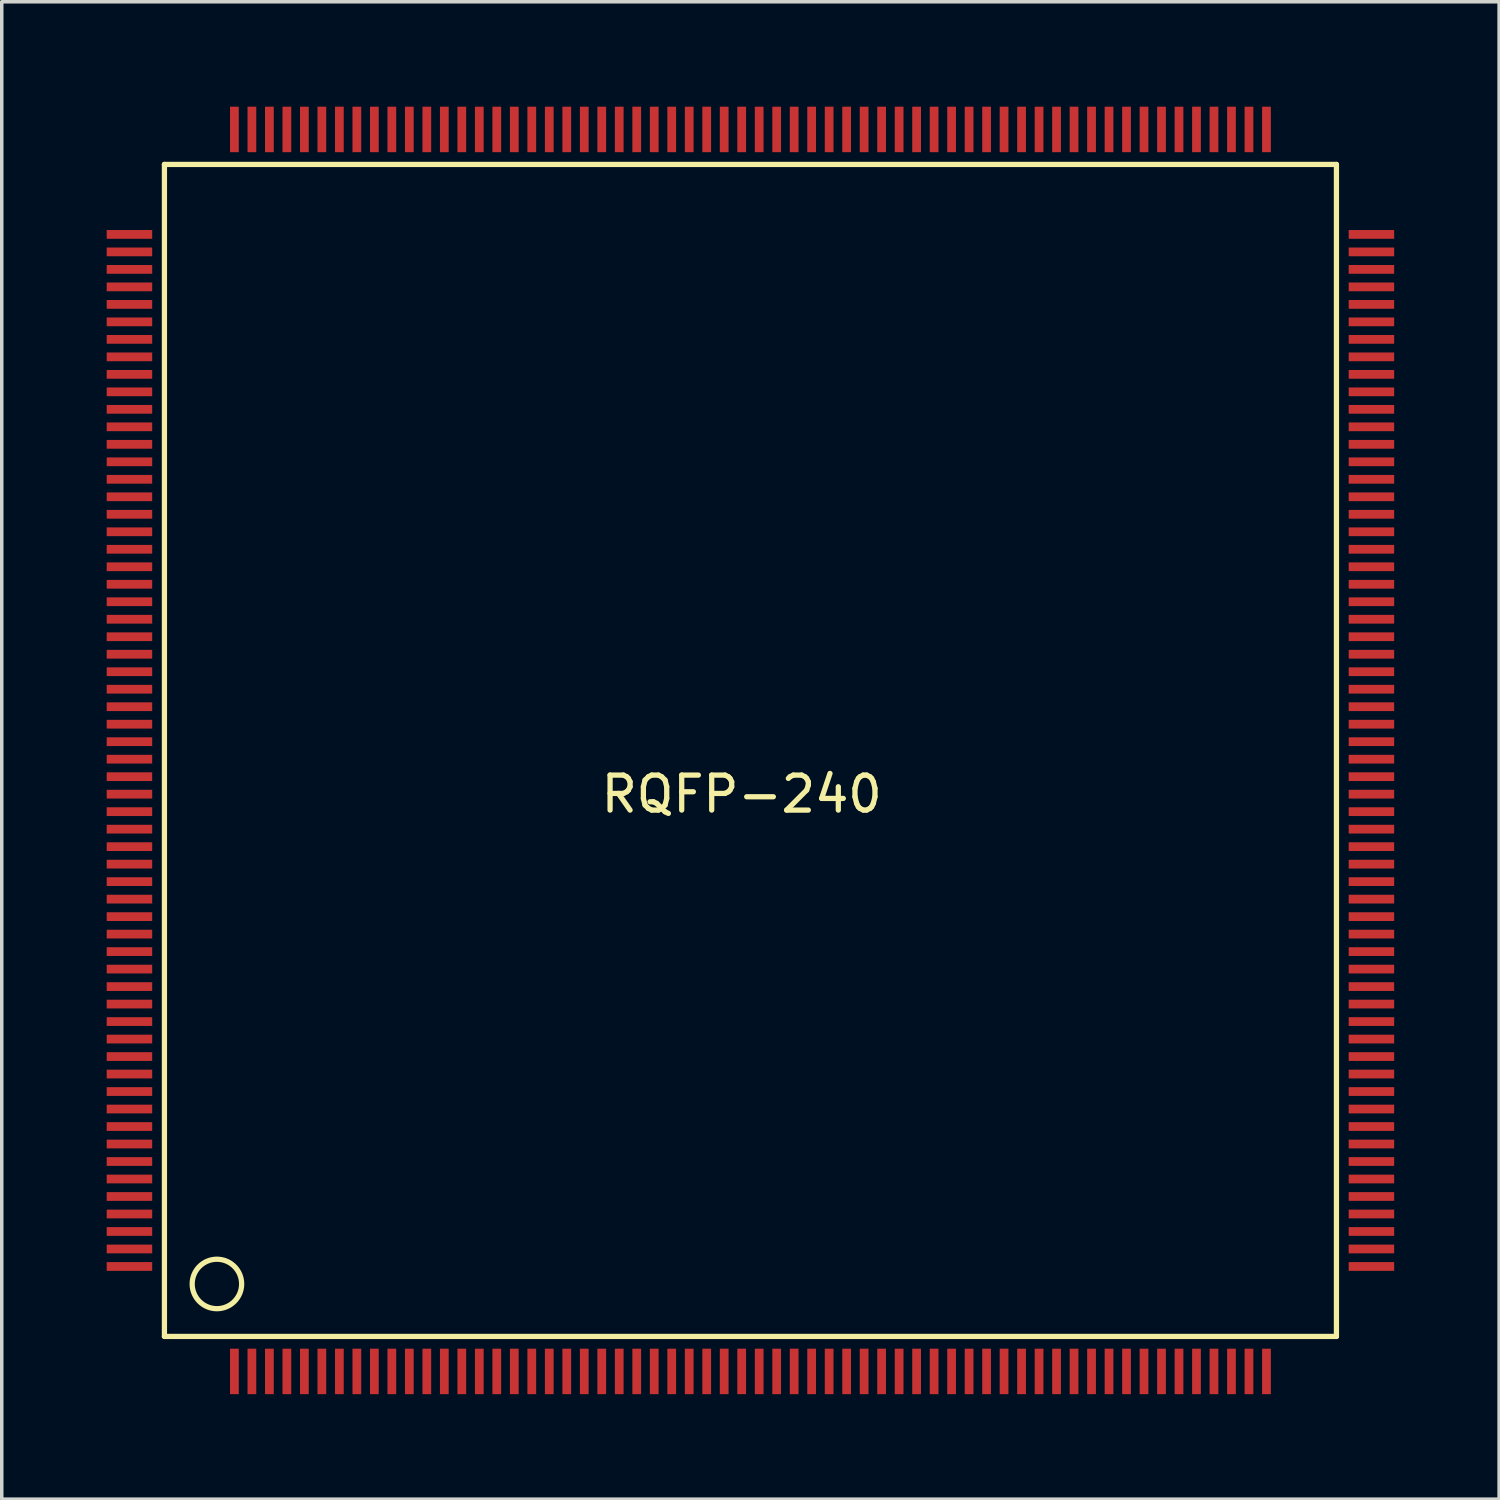
<source format=kicad_pcb>
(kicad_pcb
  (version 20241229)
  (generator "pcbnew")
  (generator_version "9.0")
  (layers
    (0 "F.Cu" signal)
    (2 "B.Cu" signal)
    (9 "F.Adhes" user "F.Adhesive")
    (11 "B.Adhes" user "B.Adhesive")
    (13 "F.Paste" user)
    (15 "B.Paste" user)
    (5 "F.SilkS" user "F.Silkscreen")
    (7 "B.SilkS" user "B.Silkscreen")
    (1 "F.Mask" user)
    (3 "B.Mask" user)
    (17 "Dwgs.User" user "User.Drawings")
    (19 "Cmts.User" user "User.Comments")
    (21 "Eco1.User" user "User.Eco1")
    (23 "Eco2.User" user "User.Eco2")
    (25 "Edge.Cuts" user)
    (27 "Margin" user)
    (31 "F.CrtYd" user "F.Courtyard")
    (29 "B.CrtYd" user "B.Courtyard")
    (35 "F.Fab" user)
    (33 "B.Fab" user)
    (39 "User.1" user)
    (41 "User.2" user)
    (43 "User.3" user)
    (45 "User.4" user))
  (footprint "RQFP-240"
    (layer "F.Cu")
    (at 18.15 18.65)
    (property "Reference" "RQFP-240" (at 0 1 0) (layer "F.SilkS") (effects (font (size 1 1) (thickness 0.15))))
    (attr through_hole)
    (fp_line (start -16.5 -17) (end -16.5 16.5) (stroke (width 0.15) (type solid)) (layer "F.SilkS"))
    (fp_line (start -16.5 16.5) (end 17 16.5) (stroke (width 0.15) (type solid)) (layer "F.SilkS"))
    (fp_line (start 17 -17) (end -16.5 -17) (stroke (width 0.15) (type solid)) (layer "F.SilkS"))
    (fp_line (start 17 16.5) (end 17 -17) (stroke (width 0.15) (type solid)) (layer "F.SilkS"))
    (fp_circle (center -15 15) (end -15.5 14.5) (stroke (width 0.15) (type solid)) (fill no) (layer "F.SilkS"))
    (pad "1" smd rect (at -14.5 17.5) (size 0.25 1.3) (layers "F.Cu" "F.Mask" "F.Paste"))
    (pad "2" smd rect (at -14 17.5) (size 0.25 1.3) (layers "F.Cu" "F.Mask" "F.Paste"))
    (pad "3" smd rect (at -13.5 17.5) (size 0.25 1.3) (layers "F.Cu" "F.Mask" "F.Paste"))
    (pad "4" smd rect (at -13 17.5) (size 0.25 1.3) (layers "F.Cu" "F.Mask" "F.Paste"))
    (pad "5" smd rect (at -12.5 17.5) (size 0.25 1.3) (layers "F.Cu" "F.Mask" "F.Paste"))
    (pad "6" smd rect (at -12 17.5) (size 0.25 1.3) (layers "F.Cu" "F.Mask" "F.Paste"))
    (pad "7" smd rect (at -11.5 17.5) (size 0.25 1.3) (layers "F.Cu" "F.Mask" "F.Paste"))
    (pad "8" smd rect (at -11 17.5) (size 0.25 1.3) (layers "F.Cu" "F.Mask" "F.Paste"))
    (pad "9" smd rect (at -10.5 17.5) (size 0.25 1.3) (layers "F.Cu" "F.Mask" "F.Paste"))
    (pad "10" smd rect (at -10 17.5) (size 0.25 1.3) (layers "F.Cu" "F.Mask" "F.Paste"))
    (pad "11" smd rect (at -9.5 17.5) (size 0.25 1.3) (layers "F.Cu" "F.Mask" "F.Paste"))
    (pad "12" smd rect (at -9 17.5) (size 0.25 1.3) (layers "F.Cu" "F.Mask" "F.Paste"))
    (pad "13" smd rect (at -8.5 17.5) (size 0.25 1.3) (layers "F.Cu" "F.Mask" "F.Paste"))
    (pad "14" smd rect (at -8 17.5) (size 0.25 1.3) (layers "F.Cu" "F.Mask" "F.Paste"))
    (pad "15" smd rect (at -7.5 17.5) (size 0.25 1.3) (layers "F.Cu" "F.Mask" "F.Paste"))
    (pad "16" smd rect (at -7 17.5) (size 0.25 1.3) (layers "F.Cu" "F.Mask" "F.Paste"))
    (pad "17" smd rect (at -6.5 17.5) (size 0.25 1.3) (layers "F.Cu" "F.Mask" "F.Paste"))
    (pad "18" smd rect (at -6 17.5) (size 0.25 1.3) (layers "F.Cu" "F.Mask" "F.Paste"))
    (pad "19" smd rect (at -5.5 17.5) (size 0.25 1.3) (layers "F.Cu" "F.Mask" "F.Paste"))
    (pad "20" smd rect (at -5 17.5) (size 0.25 1.3) (layers "F.Cu" "F.Mask" "F.Paste"))
    (pad "21" smd rect (at -4.5 17.5) (size 0.25 1.3) (layers "F.Cu" "F.Mask" "F.Paste"))
    (pad "22" smd rect (at -4 17.5) (size 0.25 1.3) (layers "F.Cu" "F.Mask" "F.Paste"))
    (pad "23" smd rect (at -3.5 17.5) (size 0.25 1.3) (layers "F.Cu" "F.Mask" "F.Paste"))
    (pad "24" smd rect (at -3 17.5) (size 0.25 1.3) (layers "F.Cu" "F.Mask" "F.Paste"))
    (pad "25" smd rect (at -2.5 17.5) (size 0.25 1.3) (layers "F.Cu" "F.Mask" "F.Paste"))
    (pad "26" smd rect (at -2 17.5) (size 0.25 1.3) (layers "F.Cu" "F.Mask" "F.Paste"))
    (pad "27" smd rect (at -1.5 17.5) (size 0.25 1.3) (layers "F.Cu" "F.Mask" "F.Paste"))
    (pad "28" smd rect (at -1 17.5) (size 0.25 1.3) (layers "F.Cu" "F.Mask" "F.Paste"))
    (pad "29" smd rect (at -0.5 17.5) (size 0.25 1.3) (layers "F.Cu" "F.Mask" "F.Paste"))
    (pad "30" smd rect (at 0 17.5) (size 0.25 1.3) (layers "F.Cu" "F.Mask" "F.Paste"))
    (pad "31" smd rect (at 0.5 17.5) (size 0.25 1.3) (layers "F.Cu" "F.Mask" "F.Paste"))
    (pad "32" smd rect (at 1 17.5) (size 0.25 1.3) (layers "F.Cu" "F.Mask" "F.Paste"))
    (pad "33" smd rect (at 1.5 17.5) (size 0.25 1.3) (layers "F.Cu" "F.Mask" "F.Paste"))
    (pad "34" smd rect (at 2 17.5) (size 0.25 1.3) (layers "F.Cu" "F.Mask" "F.Paste"))
    (pad "35" smd rect (at 2.5 17.5) (size 0.25 1.3) (layers "F.Cu" "F.Mask" "F.Paste"))
    (pad "36" smd rect (at 3 17.5) (size 0.25 1.3) (layers "F.Cu" "F.Mask" "F.Paste"))
    (pad "37" smd rect (at 3.5 17.5) (size 0.25 1.3) (layers "F.Cu" "F.Mask" "F.Paste"))
    (pad "38" smd rect (at 4 17.5) (size 0.25 1.3) (layers "F.Cu" "F.Mask" "F.Paste"))
    (pad "39" smd rect (at 4.5 17.5) (size 0.25 1.3) (layers "F.Cu" "F.Mask" "F.Paste"))
    (pad "40" smd rect (at 5 17.5) (size 0.25 1.3) (layers "F.Cu" "F.Mask" "F.Paste"))
    (pad "41" smd rect (at 5.5 17.5) (size 0.25 1.3) (layers "F.Cu" "F.Mask" "F.Paste"))
    (pad "42" smd rect (at 6 17.5) (size 0.25 1.3) (layers "F.Cu" "F.Mask" "F.Paste"))
    (pad "43" smd rect (at 6.5 17.5) (size 0.25 1.3) (layers "F.Cu" "F.Mask" "F.Paste"))
    (pad "44" smd rect (at 7 17.5) (size 0.25 1.3) (layers "F.Cu" "F.Mask" "F.Paste"))
    (pad "45" smd rect (at 7.5 17.5) (size 0.25 1.3) (layers "F.Cu" "F.Mask" "F.Paste"))
    (pad "46" smd rect (at 8 17.5) (size 0.25 1.3) (layers "F.Cu" "F.Mask" "F.Paste"))
    (pad "47" smd rect (at 8.5 17.5) (size 0.25 1.3) (layers "F.Cu" "F.Mask" "F.Paste"))
    (pad "48" smd rect (at 9 17.5) (size 0.25 1.3) (layers "F.Cu" "F.Mask" "F.Paste"))
    (pad "49" smd rect (at 9.5 17.5) (size 0.25 1.3) (layers "F.Cu" "F.Mask" "F.Paste"))
    (pad "50" smd rect (at 10 17.5) (size 0.25 1.3) (layers "F.Cu" "F.Mask" "F.Paste"))
    (pad "51" smd rect (at 10.5 17.5) (size 0.25 1.3) (layers "F.Cu" "F.Mask" "F.Paste"))
    (pad "52" smd rect (at 11 17.5) (size 0.25 1.3) (layers "F.Cu" "F.Mask" "F.Paste"))
    (pad "53" smd rect (at 11.5 17.5) (size 0.25 1.3) (layers "F.Cu" "F.Mask" "F.Paste"))
    (pad "54" smd rect (at 12 17.5) (size 0.25 1.3) (layers "F.Cu" "F.Mask" "F.Paste"))
    (pad "55" smd rect (at 12.5 17.5) (size 0.25 1.3) (layers "F.Cu" "F.Mask" "F.Paste"))
    (pad "56" smd rect (at 13 17.5) (size 0.25 1.3) (layers "F.Cu" "F.Mask" "F.Paste"))
    (pad "57" smd rect (at 13.5 17.5) (size 0.25 1.3) (layers "F.Cu" "F.Mask" "F.Paste"))
    (pad "58" smd rect (at 14 17.5) (size 0.25 1.3) (layers "F.Cu" "F.Mask" "F.Paste"))
    (pad "59" smd rect (at 14.5 17.5) (size 0.25 1.3) (layers "F.Cu" "F.Mask" "F.Paste"))
    (pad "60" smd rect (at 15 17.5) (size 0.25 1.3) (layers "F.Cu" "F.Mask" "F.Paste"))
    (pad "61" smd rect (at 18 14.5 90) (size 0.25 1.3) (layers "F.Cu" "F.Mask" "F.Paste"))
    (pad "62" smd rect (at 18 14 90) (size 0.25 1.3) (layers "F.Cu" "F.Mask" "F.Paste"))
    (pad "63" smd rect (at 18 13.5 90) (size 0.25 1.3) (layers "F.Cu" "F.Mask" "F.Paste"))
    (pad "64" smd rect (at 18 13 90) (size 0.25 1.3) (layers "F.Cu" "F.Mask" "F.Paste"))
    (pad "65" smd rect (at 18 12.5 90) (size 0.25 1.3) (layers "F.Cu" "F.Mask" "F.Paste"))
    (pad "66" smd rect (at 18 12 90) (size 0.25 1.3) (layers "F.Cu" "F.Mask" "F.Paste"))
    (pad "67" smd rect (at 18 11.5 90) (size 0.25 1.3) (layers "F.Cu" "F.Mask" "F.Paste"))
    (pad "68" smd rect (at 18 11 90) (size 0.25 1.3) (layers "F.Cu" "F.Mask" "F.Paste"))
    (pad "69" smd rect (at 18 10.5 90) (size 0.25 1.3) (layers "F.Cu" "F.Mask" "F.Paste"))
    (pad "70" smd rect (at 18 10 90) (size 0.25 1.3) (layers "F.Cu" "F.Mask" "F.Paste"))
    (pad "71" smd rect (at 18 9.5 90) (size 0.25 1.3) (layers "F.Cu" "F.Mask" "F.Paste"))
    (pad "72" smd rect (at 18 9 90) (size 0.25 1.3) (layers "F.Cu" "F.Mask" "F.Paste"))
    (pad "73" smd rect (at 18 8.5 90) (size 0.25 1.3) (layers "F.Cu" "F.Mask" "F.Paste"))
    (pad "74" smd rect (at 18 8 90) (size 0.25 1.3) (layers "F.Cu" "F.Mask" "F.Paste"))
    (pad "75" smd rect (at 18 7.5 90) (size 0.25 1.3) (layers "F.Cu" "F.Mask" "F.Paste"))
    (pad "76" smd rect (at 18 7 90) (size 0.25 1.3) (layers "F.Cu" "F.Mask" "F.Paste"))
    (pad "77" smd rect (at 18 6.5 90) (size 0.25 1.3) (layers "F.Cu" "F.Mask" "F.Paste"))
    (pad "78" smd rect (at 18 6 90) (size 0.25 1.3) (layers "F.Cu" "F.Mask" "F.Paste"))
    (pad "79" smd rect (at 18 5.5 90) (size 0.25 1.3) (layers "F.Cu" "F.Mask" "F.Paste"))
    (pad "80" smd rect (at 18 5 90) (size 0.25 1.3) (layers "F.Cu" "F.Mask" "F.Paste"))
    (pad "81" smd rect (at 18 4.5 90) (size 0.25 1.3) (layers "F.Cu" "F.Mask" "F.Paste"))
    (pad "82" smd rect (at 18 4 90) (size 0.25 1.3) (layers "F.Cu" "F.Mask" "F.Paste"))
    (pad "83" smd rect (at 18 3.5 90) (size 0.25 1.3) (layers "F.Cu" "F.Mask" "F.Paste"))
    (pad "84" smd rect (at 18 3 90) (size 0.25 1.3) (layers "F.Cu" "F.Mask" "F.Paste"))
    (pad "85" smd rect (at 18 2.5 90) (size 0.25 1.3) (layers "F.Cu" "F.Mask" "F.Paste"))
    (pad "86" smd rect (at 18 2 90) (size 0.25 1.3) (layers "F.Cu" "F.Mask" "F.Paste"))
    (pad "87" smd rect (at 18 1.5 90) (size 0.25 1.3) (layers "F.Cu" "F.Mask" "F.Paste"))
    (pad "88" smd rect (at 18 1 90) (size 0.25 1.3) (layers "F.Cu" "F.Mask" "F.Paste"))
    (pad "89" smd rect (at 18 0.5 90) (size 0.25 1.3) (layers "F.Cu" "F.Mask" "F.Paste"))
    (pad "90" smd rect (at 18 0 90) (size 0.25 1.3) (layers "F.Cu" "F.Mask" "F.Paste"))
    (pad "91" smd rect (at 18 -0.5 90) (size 0.25 1.3) (layers "F.Cu" "F.Mask" "F.Paste"))
    (pad "92" smd rect (at 18 -1 90) (size 0.25 1.3) (layers "F.Cu" "F.Mask" "F.Paste"))
    (pad "93" smd rect (at 18 -1.5 90) (size 0.25 1.3) (layers "F.Cu" "F.Mask" "F.Paste"))
    (pad "94" smd rect (at 18 -2 90) (size 0.25 1.3) (layers "F.Cu" "F.Mask" "F.Paste"))
    (pad "95" smd rect (at 18 -2.5 90) (size 0.25 1.3) (layers "F.Cu" "F.Mask" "F.Paste"))
    (pad "96" smd rect (at 18 -3 90) (size 0.25 1.3) (layers "F.Cu" "F.Mask" "F.Paste"))
    (pad "97" smd rect (at 18 -3.5 90) (size 0.25 1.3) (layers "F.Cu" "F.Mask" "F.Paste"))
    (pad "98" smd rect (at 18 -4 90) (size 0.25 1.3) (layers "F.Cu" "F.Mask" "F.Paste"))
    (pad "99" smd rect (at 18 -4.5 90) (size 0.25 1.3) (layers "F.Cu" "F.Mask" "F.Paste"))
    (pad "100" smd rect (at 18 -5 90) (size 0.25 1.3) (layers "F.Cu" "F.Mask" "F.Paste"))
    (pad "101" smd rect (at 18 -5.5 90) (size 0.25 1.3) (layers "F.Cu" "F.Mask" "F.Paste"))
    (pad "102" smd rect (at 18 -6 90) (size 0.25 1.3) (layers "F.Cu" "F.Mask" "F.Paste"))
    (pad "103" smd rect (at 18 -6.5 90) (size 0.25 1.3) (layers "F.Cu" "F.Mask" "F.Paste"))
    (pad "104" smd rect (at 18 -7 90) (size 0.25 1.3) (layers "F.Cu" "F.Mask" "F.Paste"))
    (pad "105" smd rect (at 18 -7.5 90) (size 0.25 1.3) (layers "F.Cu" "F.Mask" "F.Paste"))
    (pad "106" smd rect (at 18 -8 90) (size 0.25 1.3) (layers "F.Cu" "F.Mask" "F.Paste"))
    (pad "107" smd rect (at 18 -8.5 90) (size 0.25 1.3) (layers "F.Cu" "F.Mask" "F.Paste"))
    (pad "108" smd rect (at 18 -9 90) (size 0.25 1.3) (layers "F.Cu" "F.Mask" "F.Paste"))
    (pad "109" smd rect (at 18 -9.5 90) (size 0.25 1.3) (layers "F.Cu" "F.Mask" "F.Paste"))
    (pad "110" smd rect (at 18 -10 90) (size 0.25 1.3) (layers "F.Cu" "F.Mask" "F.Paste"))
    (pad "111" smd rect (at 18 -10.5 90) (size 0.25 1.3) (layers "F.Cu" "F.Mask" "F.Paste"))
    (pad "112" smd rect (at 18 -11 90) (size 0.25 1.3) (layers "F.Cu" "F.Mask" "F.Paste"))
    (pad "113" smd rect (at 18 -11.5 90) (size 0.25 1.3) (layers "F.Cu" "F.Mask" "F.Paste"))
    (pad "114" smd rect (at 18 -12 90) (size 0.25 1.3) (layers "F.Cu" "F.Mask" "F.Paste"))
    (pad "115" smd rect (at 18 -12.5 90) (size 0.25 1.3) (layers "F.Cu" "F.Mask" "F.Paste"))
    (pad "116" smd rect (at 18 -13 90) (size 0.25 1.3) (layers "F.Cu" "F.Mask" "F.Paste"))
    (pad "117" smd rect (at 18 -13.5 90) (size 0.25 1.3) (layers "F.Cu" "F.Mask" "F.Paste"))
    (pad "118" smd rect (at 18 -14 90) (size 0.25 1.3) (layers "F.Cu" "F.Mask" "F.Paste"))
    (pad "119" smd rect (at 18 -14.5 90) (size 0.25 1.3) (layers "F.Cu" "F.Mask" "F.Paste"))
    (pad "120" smd rect (at 18 -15 90) (size 0.25 1.3) (layers "F.Cu" "F.Mask" "F.Paste"))
    (pad "121" smd rect (at 15 -18) (size 0.25 1.3) (layers "F.Cu" "F.Mask" "F.Paste"))
    (pad "122" smd rect (at 14.5 -18) (size 0.25 1.3) (layers "F.Cu" "F.Mask" "F.Paste"))
    (pad "123" smd rect (at 14 -18) (size 0.25 1.3) (layers "F.Cu" "F.Mask" "F.Paste"))
    (pad "124" smd rect (at 13.5 -18) (size 0.25 1.3) (layers "F.Cu" "F.Mask" "F.Paste"))
    (pad "125" smd rect (at 13 -18) (size 0.25 1.3) (layers "F.Cu" "F.Mask" "F.Paste"))
    (pad "126" smd rect (at 12.5 -18) (size 0.25 1.3) (layers "F.Cu" "F.Mask" "F.Paste"))
    (pad "127" smd rect (at 12 -18) (size 0.25 1.3) (layers "F.Cu" "F.Mask" "F.Paste"))
    (pad "128" smd rect (at 11.5 -18) (size 0.25 1.3) (layers "F.Cu" "F.Mask" "F.Paste"))
    (pad "129" smd rect (at 11 -18) (size 0.25 1.3) (layers "F.Cu" "F.Mask" "F.Paste"))
    (pad "130" smd rect (at 10.5 -18) (size 0.25 1.3) (layers "F.Cu" "F.Mask" "F.Paste"))
    (pad "131" smd rect (at 10 -18) (size 0.25 1.3) (layers "F.Cu" "F.Mask" "F.Paste"))
    (pad "132" smd rect (at 9.5 -18) (size 0.25 1.3) (layers "F.Cu" "F.Mask" "F.Paste"))
    (pad "133" smd rect (at 9 -18) (size 0.25 1.3) (layers "F.Cu" "F.Mask" "F.Paste"))
    (pad "134" smd rect (at 8.5 -18) (size 0.25 1.3) (layers "F.Cu" "F.Mask" "F.Paste"))
    (pad "135" smd rect (at 8 -18) (size 0.25 1.3) (layers "F.Cu" "F.Mask" "F.Paste"))
    (pad "136" smd rect (at 7.5 -18) (size 0.25 1.3) (layers "F.Cu" "F.Mask" "F.Paste"))
    (pad "137" smd rect (at 7 -18) (size 0.25 1.3) (layers "F.Cu" "F.Mask" "F.Paste"))
    (pad "138" smd rect (at 6.5 -18) (size 0.25 1.3) (layers "F.Cu" "F.Mask" "F.Paste"))
    (pad "139" smd rect (at 6 -18) (size 0.25 1.3) (layers "F.Cu" "F.Mask" "F.Paste"))
    (pad "140" smd rect (at 5.5 -18) (size 0.25 1.3) (layers "F.Cu" "F.Mask" "F.Paste"))
    (pad "141" smd rect (at 5 -18) (size 0.25 1.3) (layers "F.Cu" "F.Mask" "F.Paste"))
    (pad "142" smd rect (at 4.5 -18) (size 0.25 1.3) (layers "F.Cu" "F.Mask" "F.Paste"))
    (pad "143" smd rect (at 4 -18) (size 0.25 1.3) (layers "F.Cu" "F.Mask" "F.Paste"))
    (pad "144" smd rect (at 3.5 -18) (size 0.25 1.3) (layers "F.Cu" "F.Mask" "F.Paste"))
    (pad "145" smd rect (at 3 -18) (size 0.25 1.3) (layers "F.Cu" "F.Mask" "F.Paste"))
    (pad "146" smd rect (at 2.5 -18) (size 0.25 1.3) (layers "F.Cu" "F.Mask" "F.Paste"))
    (pad "147" smd rect (at 2 -18) (size 0.25 1.3) (layers "F.Cu" "F.Mask" "F.Paste"))
    (pad "148" smd rect (at 1.5 -18) (size 0.25 1.3) (layers "F.Cu" "F.Mask" "F.Paste"))
    (pad "149" smd rect (at 1 -18) (size 0.25 1.3) (layers "F.Cu" "F.Mask" "F.Paste"))
    (pad "150" smd rect (at 0.5 -18) (size 0.25 1.3) (layers "F.Cu" "F.Mask" "F.Paste"))
    (pad "151" smd rect (at 0 -18) (size 0.25 1.3) (layers "F.Cu" "F.Mask" "F.Paste"))
    (pad "152" smd rect (at -0.5 -18) (size 0.25 1.3) (layers "F.Cu" "F.Mask" "F.Paste"))
    (pad "153" smd rect (at -1 -18) (size 0.25 1.3) (layers "F.Cu" "F.Mask" "F.Paste"))
    (pad "154" smd rect (at -1.5 -18) (size 0.25 1.3) (layers "F.Cu" "F.Mask" "F.Paste"))
    (pad "155" smd rect (at -2 -18) (size 0.25 1.3) (layers "F.Cu" "F.Mask" "F.Paste"))
    (pad "156" smd rect (at -2.5 -18) (size 0.25 1.3) (layers "F.Cu" "F.Mask" "F.Paste"))
    (pad "157" smd rect (at -3 -18) (size 0.25 1.3) (layers "F.Cu" "F.Mask" "F.Paste"))
    (pad "158" smd rect (at -3.5 -18) (size 0.25 1.3) (layers "F.Cu" "F.Mask" "F.Paste"))
    (pad "159" smd rect (at -4 -18) (size 0.25 1.3) (layers "F.Cu" "F.Mask" "F.Paste"))
    (pad "160" smd rect (at -4.5 -18) (size 0.25 1.3) (layers "F.Cu" "F.Mask" "F.Paste"))
    (pad "161" smd rect (at -5 -18) (size 0.25 1.3) (layers "F.Cu" "F.Mask" "F.Paste"))
    (pad "162" smd rect (at -5.5 -18) (size 0.25 1.3) (layers "F.Cu" "F.Mask" "F.Paste"))
    (pad "163" smd rect (at -6 -18) (size 0.25 1.3) (layers "F.Cu" "F.Mask" "F.Paste"))
    (pad "164" smd rect (at -6.5 -18) (size 0.25 1.3) (layers "F.Cu" "F.Mask" "F.Paste"))
    (pad "165" smd rect (at -7 -18) (size 0.25 1.3) (layers "F.Cu" "F.Mask" "F.Paste"))
    (pad "166" smd rect (at -7.5 -18) (size 0.25 1.3) (layers "F.Cu" "F.Mask" "F.Paste"))
    (pad "167" smd rect (at -8 -18) (size 0.25 1.3) (layers "F.Cu" "F.Mask" "F.Paste"))
    (pad "168" smd rect (at -8.5 -18) (size 0.25 1.3) (layers "F.Cu" "F.Mask" "F.Paste"))
    (pad "169" smd rect (at -9 -18) (size 0.25 1.3) (layers "F.Cu" "F.Mask" "F.Paste"))
    (pad "170" smd rect (at -9.5 -18) (size 0.25 1.3) (layers "F.Cu" "F.Mask" "F.Paste"))
    (pad "171" smd rect (at -10 -18) (size 0.25 1.3) (layers "F.Cu" "F.Mask" "F.Paste"))
    (pad "172" smd rect (at -10.5 -18) (size 0.25 1.3) (layers "F.Cu" "F.Mask" "F.Paste"))
    (pad "173" smd rect (at -11 -18) (size 0.25 1.3) (layers "F.Cu" "F.Mask" "F.Paste"))
    (pad "174" smd rect (at -11.5 -18) (size 0.25 1.3) (layers "F.Cu" "F.Mask" "F.Paste"))
    (pad "175" smd rect (at -12 -18) (size 0.25 1.3) (layers "F.Cu" "F.Mask" "F.Paste"))
    (pad "176" smd rect (at -12.5 -18) (size 0.25 1.3) (layers "F.Cu" "F.Mask" "F.Paste"))
    (pad "177" smd rect (at -13 -18) (size 0.25 1.3) (layers "F.Cu" "F.Mask" "F.Paste"))
    (pad "178" smd rect (at -13.5 -18) (size 0.25 1.3) (layers "F.Cu" "F.Mask" "F.Paste"))
    (pad "179" smd rect (at -14 -18) (size 0.25 1.3) (layers "F.Cu" "F.Mask" "F.Paste"))
    (pad "180" smd rect (at -14.5 -18) (size 0.25 1.3) (layers "F.Cu" "F.Mask" "F.Paste"))
    (pad "181" smd rect (at -17.5 -15 90) (size 0.25 1.3) (layers "F.Cu" "F.Mask" "F.Paste"))
    (pad "182" smd rect (at -17.5 -14.5 90) (size 0.25 1.3) (layers "F.Cu" "F.Mask" "F.Paste"))
    (pad "183" smd rect (at -17.5 -14 90) (size 0.25 1.3) (layers "F.Cu" "F.Mask" "F.Paste"))
    (pad "184" smd rect (at -17.5 -13.5 90) (size 0.25 1.3) (layers "F.Cu" "F.Mask" "F.Paste"))
    (pad "185" smd rect (at -17.5 -13 90) (size 0.25 1.3) (layers "F.Cu" "F.Mask" "F.Paste"))
    (pad "186" smd rect (at -17.5 -12.5 90) (size 0.25 1.3) (layers "F.Cu" "F.Mask" "F.Paste"))
    (pad "187" smd rect (at -17.5 -12 90) (size 0.25 1.3) (layers "F.Cu" "F.Mask" "F.Paste"))
    (pad "188" smd rect (at -17.5 -11.5 90) (size 0.25 1.3) (layers "F.Cu" "F.Mask" "F.Paste"))
    (pad "189" smd rect (at -17.5 -11 90) (size 0.25 1.3) (layers "F.Cu" "F.Mask" "F.Paste"))
    (pad "190" smd rect (at -17.5 -10.5 90) (size 0.25 1.3) (layers "F.Cu" "F.Mask" "F.Paste"))
    (pad "191" smd rect (at -17.5 -10 90) (size 0.25 1.3) (layers "F.Cu" "F.Mask" "F.Paste"))
    (pad "192" smd rect (at -17.5 -9.5 90) (size 0.25 1.3) (layers "F.Cu" "F.Mask" "F.Paste"))
    (pad "193" smd rect (at -17.5 -9 90) (size 0.25 1.3) (layers "F.Cu" "F.Mask" "F.Paste"))
    (pad "194" smd rect (at -17.5 -8.5 90) (size 0.25 1.3) (layers "F.Cu" "F.Mask" "F.Paste"))
    (pad "195" smd rect (at -17.5 -8 90) (size 0.25 1.3) (layers "F.Cu" "F.Mask" "F.Paste"))
    (pad "196" smd rect (at -17.5 -7.5 90) (size 0.25 1.3) (layers "F.Cu" "F.Mask" "F.Paste"))
    (pad "197" smd rect (at -17.5 -7 90) (size 0.25 1.3) (layers "F.Cu" "F.Mask" "F.Paste"))
    (pad "198" smd rect (at -17.5 -6.5 90) (size 0.25 1.3) (layers "F.Cu" "F.Mask" "F.Paste"))
    (pad "199" smd rect (at -17.5 -6 90) (size 0.25 1.3) (layers "F.Cu" "F.Mask" "F.Paste"))
    (pad "200" smd rect (at -17.5 -5.5 90) (size 0.25 1.3) (layers "F.Cu" "F.Mask" "F.Paste"))
    (pad "201" smd rect (at -17.5 -5 90) (size 0.25 1.3) (layers "F.Cu" "F.Mask" "F.Paste"))
    (pad "202" smd rect (at -17.5 -4.5 90) (size 0.25 1.3) (layers "F.Cu" "F.Mask" "F.Paste"))
    (pad "203" smd rect (at -17.5 -4 90) (size 0.25 1.3) (layers "F.Cu" "F.Mask" "F.Paste"))
    (pad "204" smd rect (at -17.5 -3.5 90) (size 0.25 1.3) (layers "F.Cu" "F.Mask" "F.Paste"))
    (pad "205" smd rect (at -17.5 -3 90) (size 0.25 1.3) (layers "F.Cu" "F.Mask" "F.Paste"))
    (pad "206" smd rect (at -17.5 -2.5 90) (size 0.25 1.3) (layers "F.Cu" "F.Mask" "F.Paste"))
    (pad "207" smd rect (at -17.5 -2 90) (size 0.25 1.3) (layers "F.Cu" "F.Mask" "F.Paste"))
    (pad "208" smd rect (at -17.5 -1.5 90) (size 0.25 1.3) (layers "F.Cu" "F.Mask" "F.Paste"))
    (pad "209" smd rect (at -17.5 -1 90) (size 0.25 1.3) (layers "F.Cu" "F.Mask" "F.Paste"))
    (pad "210" smd rect (at -17.5 -0.5 90) (size 0.25 1.3) (layers "F.Cu" "F.Mask" "F.Paste"))
    (pad "211" smd rect (at -17.5 0 90) (size 0.25 1.3) (layers "F.Cu" "F.Mask" "F.Paste"))
    (pad "212" smd rect (at -17.5 0.5 90) (size 0.25 1.3) (layers "F.Cu" "F.Mask" "F.Paste"))
    (pad "213" smd rect (at -17.5 1 90) (size 0.25 1.3) (layers "F.Cu" "F.Mask" "F.Paste"))
    (pad "214" smd rect (at -17.5 1.5 90) (size 0.25 1.3) (layers "F.Cu" "F.Mask" "F.Paste"))
    (pad "215" smd rect (at -17.5 2 90) (size 0.25 1.3) (layers "F.Cu" "F.Mask" "F.Paste"))
    (pad "216" smd rect (at -17.5 2.5 90) (size 0.25 1.3) (layers "F.Cu" "F.Mask" "F.Paste"))
    (pad "217" smd rect (at -17.5 3 90) (size 0.25 1.3) (layers "F.Cu" "F.Mask" "F.Paste"))
    (pad "218" smd rect (at -17.5 3.5 90) (size 0.25 1.3) (layers "F.Cu" "F.Mask" "F.Paste"))
    (pad "219" smd rect (at -17.5 4 90) (size 0.25 1.3) (layers "F.Cu" "F.Mask" "F.Paste"))
    (pad "220" smd rect (at -17.5 4.5 90) (size 0.25 1.3) (layers "F.Cu" "F.Mask" "F.Paste"))
    (pad "221" smd rect (at -17.5 5 90) (size 0.25 1.3) (layers "F.Cu" "F.Mask" "F.Paste"))
    (pad "222" smd rect (at -17.5 5.5 90) (size 0.25 1.3) (layers "F.Cu" "F.Mask" "F.Paste"))
    (pad "223" smd rect (at -17.5 6 90) (size 0.25 1.3) (layers "F.Cu" "F.Mask" "F.Paste"))
    (pad "224" smd rect (at -17.5 6.5 90) (size 0.25 1.3) (layers "F.Cu" "F.Mask" "F.Paste"))
    (pad "225" smd rect (at -17.5 7 90) (size 0.25 1.3) (layers "F.Cu" "F.Mask" "F.Paste"))
    (pad "226" smd rect (at -17.5 7.5 90) (size 0.25 1.3) (layers "F.Cu" "F.Mask" "F.Paste"))
    (pad "227" smd rect (at -17.5 8 90) (size 0.25 1.3) (layers "F.Cu" "F.Mask" "F.Paste"))
    (pad "228" smd rect (at -17.5 8.5 90) (size 0.25 1.3) (layers "F.Cu" "F.Mask" "F.Paste"))
    (pad "229" smd rect (at -17.5 9 90) (size 0.25 1.3) (layers "F.Cu" "F.Mask" "F.Paste"))
    (pad "230" smd rect (at -17.5 9.5 90) (size 0.25 1.3) (layers "F.Cu" "F.Mask" "F.Paste"))
    (pad "231" smd rect (at -17.5 10 90) (size 0.25 1.3) (layers "F.Cu" "F.Mask" "F.Paste"))
    (pad "232" smd rect (at -17.5 10.5 90) (size 0.25 1.3) (layers "F.Cu" "F.Mask" "F.Paste"))
    (pad "233" smd rect (at -17.5 11 90) (size 0.25 1.3) (layers "F.Cu" "F.Mask" "F.Paste"))
    (pad "234" smd rect (at -17.5 11.5 90) (size 0.25 1.3) (layers "F.Cu" "F.Mask" "F.Paste"))
    (pad "235" smd rect (at -17.5 12 90) (size 0.25 1.3) (layers "F.Cu" "F.Mask" "F.Paste"))
    (pad "236" smd rect (at -17.5 12.5 90) (size 0.25 1.3) (layers "F.Cu" "F.Mask" "F.Paste"))
    (pad "237" smd rect (at -17.5 13 90) (size 0.25 1.3) (layers "F.Cu" "F.Mask" "F.Paste"))
    (pad "238" smd rect (at -17.5 13.5 90) (size 0.25 1.3) (layers "F.Cu" "F.Mask" "F.Paste"))
    (pad "239" smd rect (at -17.5 14 90) (size 0.25 1.3) (layers "F.Cu" "F.Mask" "F.Paste"))
    (pad "240" smd rect (at -17.5 14.5 90) (size 0.25 1.3) (layers "F.Cu" "F.Mask" "F.Paste")))
  (gr_rect
    (start -3 -3)
    (end 39.8 39.8)
    (stroke (width 0.1) (type default))
    (fill no)
    (layer "Edge.Cuts")))
</source>
